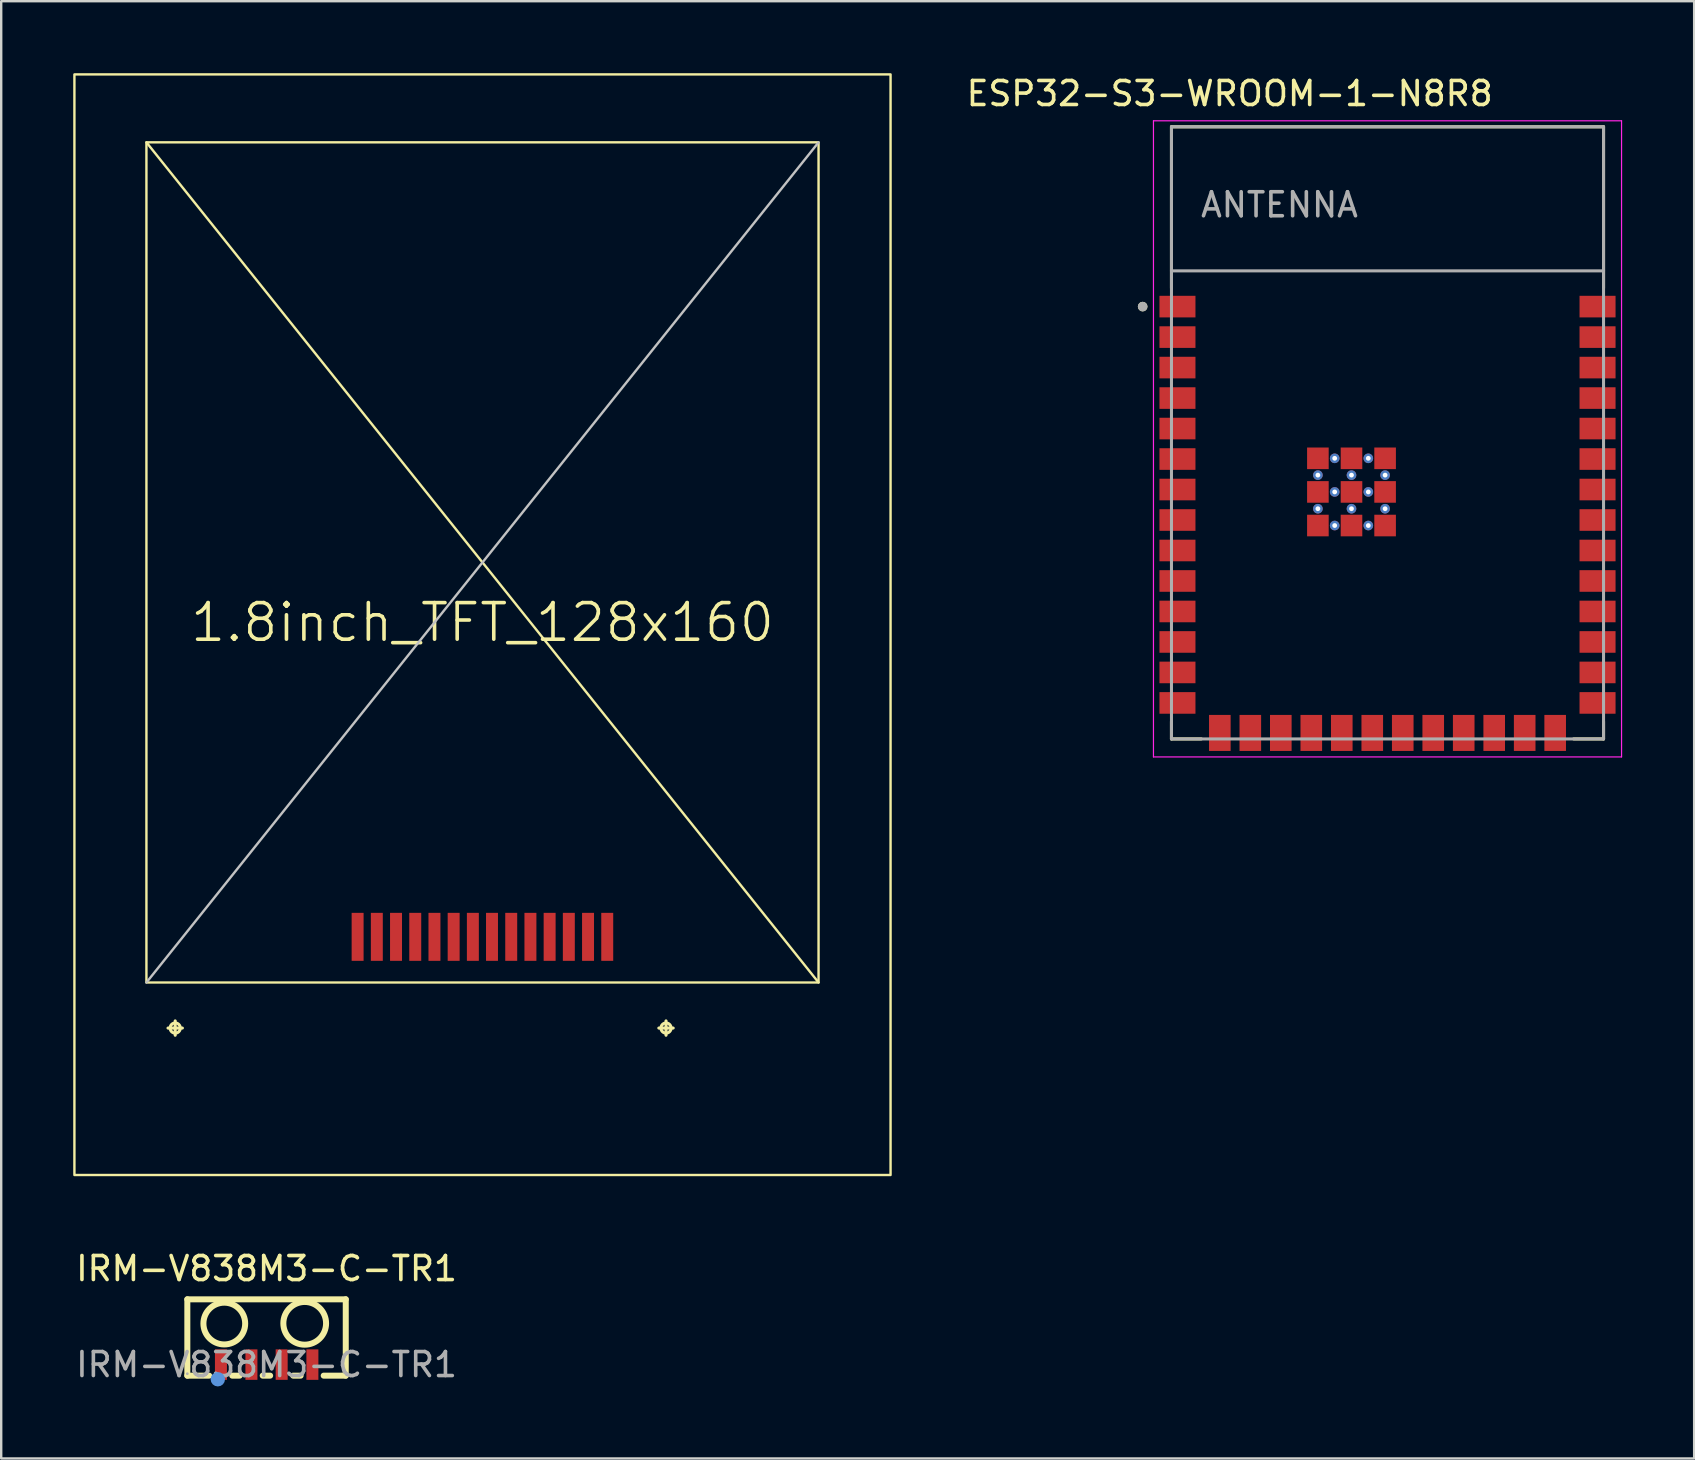
<source format=kicad_pcb>
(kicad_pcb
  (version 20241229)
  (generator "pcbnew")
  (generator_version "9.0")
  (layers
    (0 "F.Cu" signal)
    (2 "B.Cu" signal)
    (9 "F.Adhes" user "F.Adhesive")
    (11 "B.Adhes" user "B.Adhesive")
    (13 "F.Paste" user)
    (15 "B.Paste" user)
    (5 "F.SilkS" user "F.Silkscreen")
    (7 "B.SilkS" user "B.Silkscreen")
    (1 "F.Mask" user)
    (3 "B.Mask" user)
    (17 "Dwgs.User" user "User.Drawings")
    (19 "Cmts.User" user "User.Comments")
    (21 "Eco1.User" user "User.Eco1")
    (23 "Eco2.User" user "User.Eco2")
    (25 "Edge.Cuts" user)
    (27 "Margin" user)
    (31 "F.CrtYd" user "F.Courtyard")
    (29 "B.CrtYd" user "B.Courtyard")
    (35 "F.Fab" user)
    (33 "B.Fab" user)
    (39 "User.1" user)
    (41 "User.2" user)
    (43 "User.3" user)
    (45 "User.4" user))
  (footprint "IRM-V838M3-C-TR1"
    (layer "F.Cu")
    (at 8.054 53.798)
    (property "Reference" "IRM-V838M3-C-TR1" (at 0 -4 0) (layer "F.SilkS") (effects (font (size 1 1) (thickness 0.15))))
    (attr through_hole)
    (fp_line (start -3.3 -2.72) (end -3.3 0.46) (stroke (width 0.25) (type solid)) (layer "F.SilkS"))
    (fp_line (start -3.3 0.46) (end -2.39 0.46) (stroke (width 0.25) (type solid)) (layer "F.SilkS"))
    (fp_line (start -1.43 0.46) (end -1.12 0.46) (stroke (width 0.25) (type solid)) (layer "F.SilkS"))
    (fp_line (start -0.16 0.46) (end 0.15 0.46) (stroke (width 0.25) (type solid)) (layer "F.SilkS"))
    (fp_line (start 1.11 0.46) (end 1.42 0.46) (stroke (width 0.25) (type solid)) (layer "F.SilkS"))
    (fp_line (start 2.38 0.46) (end 3.3 0.46) (stroke (width 0.25) (type solid)) (layer "F.SilkS"))
    (fp_line (start 3.3 -2.72) (end -3.3 -2.72) (stroke (width 0.25) (type solid)) (layer "F.SilkS"))
    (fp_line (start 3.3 0.46) (end 3.3 -2.72) (stroke (width 0.25) (type solid)) (layer "F.SilkS"))
    (fp_circle (center -1.76 -1.71) (end -0.89 -1.71) (stroke (width 0.25) (type solid)) (fill no) (layer "F.SilkS"))
    (fp_circle (center 1.59 -1.72) (end 2.48 -1.72) (stroke (width 0.25) (type solid)) (fill no) (layer "F.SilkS"))
    (fp_circle (center -2.03 0.61) (end -1.88 0.61) (stroke (width 0.3) (type solid)) (fill no) (layer "Cmts.User"))
    (fp_circle (center -3.3 0.38) (end -3.27 0.38) (stroke (width 0.06) (type solid)) (fill no) (layer "F.Fab"))
    (fp_text user "${REFERENCE}" (at 0 0 0) (layer "F.Fab") (effects (font (size 1 1) (thickness 0.15))))
    (pad "1" smd rect (at -1.9 0) (size 0.5 1.27) (layers "F.Cu" "F.Mask" "F.Paste"))
    (pad "2" smd rect (at -0.63 0) (size 0.5 1.27) (layers "F.Cu" "F.Mask" "F.Paste"))
    (pad "3" smd rect (at 0.63 0) (size 0.5 1.27) (layers "F.Cu" "F.Mask" "F.Paste"))
    (pad "4" smd rect (at 1.91 0) (size 0.5 1.27) (layers "F.Cu" "F.Mask" "F.Paste")))
  (footprint "1.8inch_TFT_128x160"
    (layer "F.Cu")
    (at 17.05 20.38)
    (property "Reference" "1.8inch_TFT_128x160" (at -0.002 2.5 0) (layer "F.SilkS") (effects (font (size 1.524 1.524) (thickness 0.15))))
    (attr smd)
    (fp_line (start -13.101 19.398) (end -12.502 19.398) (stroke (width 0.127) (type solid)) (layer "F.SilkS"))
    (fp_line (start -12.801 19.698) (end -12.801 19.099) (stroke (width 0.127) (type solid)) (layer "F.SilkS"))
    (fp_line (start 7.346 19.398) (end 7.945 19.398) (stroke (width 0.127) (type solid)) (layer "F.SilkS"))
    (fp_line (start 7.646 19.698) (end 7.646 19.099) (stroke (width 0.127) (type solid)) (layer "F.SilkS"))
    (fp_line (start 14 17.5) (end -14 -17.5) (stroke (width 0.1) (type default)) (layer "F.SilkS"))
    (fp_rect (start -17 -20.33) (end 17 25.52) (stroke (width 0.1) (type default)) (fill no) (layer "F.SilkS"))
    (fp_rect (start -14 -17.5) (end 14 17.5) (stroke (width 0.1) (type default)) (fill no) (layer "F.SilkS"))
    (fp_circle (center -12.801 19.398) (end -12.951 19.548) (stroke (width 0.127) (type solid)) (fill no) (layer "F.SilkS"))
    (fp_circle (center 7.646 19.398) (end 7.795 19.548) (stroke (width 0.127) (type solid)) (fill no) (layer "F.SilkS"))
    (fp_line (start -14 17.5) (end 14 -17.5) (stroke (width 0.1) (type default)) (layer "Dwgs.User"))
    (pad "1" smd rect (at 5.197 15.598 90) (size 1.999 0.498) (layers "F.Cu" "F.Mask" "F.Paste"))
    (pad "2" smd rect (at 4.397 15.598 90) (size 1.999 0.498) (layers "F.Cu" "F.Mask" "F.Paste"))
    (pad "3" smd rect (at 3.597 15.598 90) (size 1.999 0.498) (layers "F.Cu" "F.Mask" "F.Paste"))
    (pad "4" smd rect (at 2.797 15.598 90) (size 1.999 0.498) (layers "F.Cu" "F.Mask" "F.Paste"))
    (pad "5" smd rect (at 1.997 15.598 90) (size 1.999 0.498) (layers "F.Cu" "F.Mask" "F.Paste"))
    (pad "6" smd rect (at 1.197 15.598 90) (size 1.999 0.498) (layers "F.Cu" "F.Mask" "F.Paste"))
    (pad "7" smd rect (at 0.396 15.598 90) (size 1.999 0.498) (layers "F.Cu" "F.Mask" "F.Paste"))
    (pad "8" smd rect (at -0.401 15.598 90) (size 1.999 0.498) (layers "F.Cu" "F.Mask" "F.Paste"))
    (pad "9" smd rect (at -1.201 15.598 90) (size 1.999 0.498) (layers "F.Cu" "F.Mask" "F.Paste"))
    (pad "10" smd rect (at -2.001 15.598 90) (size 1.999 0.498) (layers "F.Cu" "F.Mask" "F.Paste"))
    (pad "11" smd rect (at -2.801 15.598 90) (size 1.999 0.498) (layers "F.Cu" "F.Mask" "F.Paste"))
    (pad "12" smd rect (at -3.602 15.598 90) (size 1.999 0.498) (layers "F.Cu" "F.Mask" "F.Paste"))
    (pad "13" smd rect (at -4.402 15.598 90) (size 1.999 0.498) (layers "F.Cu" "F.Mask" "F.Paste"))
    (pad "14" smd rect (at -5.202 15.598 90) (size 1.999 0.498) (layers "F.Cu" "F.Mask" "F.Paste")))
  (footprint "ESP32-S3-WROOM-1-N8R8"
    (layer "F.Cu")
    (at 54.752 14.983)
    (property "Reference" "ESP32-S3-WROOM-1-N8R8" (at -6.575 -14.135 0) (layer "F.SilkS") (effects (font (size 1 1) (thickness 0.15))))
    (attr smd)
    (fp_line (start -9 -12.75) (end 9 -12.75) (stroke (width 0.127) (type solid)) (layer "F.SilkS"))
    (fp_line (start -9 -6.03) (end -9 -12.75) (stroke (width 0.127) (type solid)) (layer "F.SilkS"))
    (fp_line (start -9 12.02) (end -9 12.75) (stroke (width 0.127) (type solid)) (layer "F.SilkS"))
    (fp_line (start -9 12.75) (end -7.755 12.75) (stroke (width 0.127) (type solid)) (layer "F.SilkS"))
    (fp_line (start 9 -12.75) (end 9 -6.03) (stroke (width 0.127) (type solid)) (layer "F.SilkS"))
    (fp_line (start 9 12.02) (end 9 12.75) (stroke (width 0.127) (type solid)) (layer "F.SilkS"))
    (fp_line (start 9 12.75) (end 7.755 12.75) (stroke (width 0.127) (type solid)) (layer "F.SilkS"))
    (fp_circle (center -10.2 -5.26) (end -10.1 -5.26) (stroke (width 0.2) (type solid)) (fill no) (layer "F.SilkS"))
    (fp_line (start -9.75 -13) (end 9.75 -13) (stroke (width 0.05) (type solid)) (layer "F.CrtYd"))
    (fp_line (start -9.75 13.5) (end -9.75 -13) (stroke (width 0.05) (type solid)) (layer "F.CrtYd"))
    (fp_line (start -9.75 13.5) (end 9.75 13.5) (stroke (width 0.05) (type solid)) (layer "F.CrtYd"))
    (fp_line (start 9.75 -13) (end 9.75 13.5) (stroke (width 0.05) (type solid)) (layer "F.CrtYd"))
    (fp_line (start -9 -12.75) (end 9 -12.75) (stroke (width 0.127) (type solid)) (layer "F.Fab"))
    (fp_line (start -9 -6.75) (end -9 -12.75) (stroke (width 0.127) (type solid)) (layer "F.Fab"))
    (fp_line (start -9 -6.75) (end 9 -6.75) (stroke (width 0.127) (type solid)) (layer "F.Fab"))
    (fp_line (start -9 12.75) (end -9 -6.75) (stroke (width 0.127) (type solid)) (layer "F.Fab"))
    (fp_line (start 9 -12.75) (end 9 -6.75) (stroke (width 0.127) (type solid)) (layer "F.Fab"))
    (fp_line (start 9 -6.75) (end 9 12.75) (stroke (width 0.127) (type solid)) (layer "F.Fab"))
    (fp_line (start 9 12.75) (end -9 12.75) (stroke (width 0.127) (type solid)) (layer "F.Fab"))
    (fp_circle (center -10.2 -5.26) (end -10.1 -5.26) (stroke (width 0.2) (type solid)) (fill no) (layer "F.Fab"))
    (fp_text user "ANTENNA" (at -4.5 -9.5 0) (layer "F.Fab") (effects (font (size 1 1) (thickness 0.15))))
    (pad "1" smd rect (at -8.75 -5.26) (size 1.5 0.9) (layers "F.Cu" "F.Mask" "F.Paste"))
    (pad "2" smd rect (at -8.75 -3.99) (size 1.5 0.9) (layers "F.Cu" "F.Mask" "F.Paste"))
    (pad "3" smd rect (at -8.75 -2.72) (size 1.5 0.9) (layers "F.Cu" "F.Mask" "F.Paste"))
    (pad "4" smd rect (at -8.75 -1.45) (size 1.5 0.9) (layers "F.Cu" "F.Mask" "F.Paste"))
    (pad "5" smd rect (at -8.75 -0.18) (size 1.5 0.9) (layers "F.Cu" "F.Mask" "F.Paste"))
    (pad "6" smd rect (at -8.75 1.09) (size 1.5 0.9) (layers "F.Cu" "F.Mask" "F.Paste"))
    (pad "7" smd rect (at -8.75 2.36) (size 1.5 0.9) (layers "F.Cu" "F.Mask" "F.Paste"))
    (pad "8" smd rect (at -8.75 3.63) (size 1.5 0.9) (layers "F.Cu" "F.Mask" "F.Paste"))
    (pad "9" smd rect (at -8.75 4.9) (size 1.5 0.9) (layers "F.Cu" "F.Mask" "F.Paste"))
    (pad "10" smd rect (at -8.75 6.17) (size 1.5 0.9) (layers "F.Cu" "F.Mask" "F.Paste"))
    (pad "11" smd rect (at -8.75 7.44) (size 1.5 0.9) (layers "F.Cu" "F.Mask" "F.Paste"))
    (pad "12" smd rect (at -8.75 8.71) (size 1.5 0.9) (layers "F.Cu" "F.Mask" "F.Paste"))
    (pad "13" smd rect (at -8.75 9.98) (size 1.5 0.9) (layers "F.Cu" "F.Mask" "F.Paste"))
    (pad "14" smd rect (at -8.75 11.25) (size 1.5 0.9) (layers "F.Cu" "F.Mask" "F.Paste"))
    (pad "15" smd rect (at -6.985 12.5) (size 0.9 1.5) (layers "F.Cu" "F.Mask" "F.Paste"))
    (pad "16" smd rect (at -5.715 12.5) (size 0.9 1.5) (layers "F.Cu" "F.Mask" "F.Paste"))
    (pad "17" smd rect (at -4.445 12.5) (size 0.9 1.5) (layers "F.Cu" "F.Mask" "F.Paste"))
    (pad "18" smd rect (at -3.175 12.5) (size 0.9 1.5) (layers "F.Cu" "F.Mask" "F.Paste"))
    (pad "19" smd rect (at -1.905 12.5) (size 0.9 1.5) (layers "F.Cu" "F.Mask" "F.Paste"))
    (pad "20" smd rect (at -0.635 12.5) (size 0.9 1.5) (layers "F.Cu" "F.Mask" "F.Paste"))
    (pad "21" smd rect (at 0.635 12.5) (size 0.9 1.5) (layers "F.Cu" "F.Mask" "F.Paste"))
    (pad "22" smd rect (at 1.905 12.5) (size 0.9 1.5) (layers "F.Cu" "F.Mask" "F.Paste"))
    (pad "23" smd rect (at 3.175 12.5) (size 0.9 1.5) (layers "F.Cu" "F.Mask" "F.Paste"))
    (pad "24" smd rect (at 4.445 12.5) (size 0.9 1.5) (layers "F.Cu" "F.Mask" "F.Paste"))
    (pad "25" smd rect (at 5.715 12.5) (size 0.9 1.5) (layers "F.Cu" "F.Mask" "F.Paste"))
    (pad "26" smd rect (at 6.985 12.5) (size 0.9 1.5) (layers "F.Cu" "F.Mask" "F.Paste"))
    (pad "27" smd rect (at 8.75 11.25) (size 1.5 0.9) (layers "F.Cu" "F.Mask" "F.Paste"))
    (pad "28" smd rect (at 8.75 9.98) (size 1.5 0.9) (layers "F.Cu" "F.Mask" "F.Paste"))
    (pad "29" smd rect (at 8.75 8.71) (size 1.5 0.9) (layers "F.Cu" "F.Mask" "F.Paste"))
    (pad "30" smd rect (at 8.75 7.44) (size 1.5 0.9) (layers "F.Cu" "F.Mask" "F.Paste"))
    (pad "31" smd rect (at 8.75 6.17) (size 1.5 0.9) (layers "F.Cu" "F.Mask" "F.Paste"))
    (pad "32" smd rect (at 8.75 4.9) (size 1.5 0.9) (layers "F.Cu" "F.Mask" "F.Paste"))
    (pad "33" smd rect (at 8.75 3.63) (size 1.5 0.9) (layers "F.Cu" "F.Mask" "F.Paste"))
    (pad "34" smd rect (at 8.75 2.36) (size 1.5 0.9) (layers "F.Cu" "F.Mask" "F.Paste"))
    (pad "35" smd rect (at 8.75 1.09) (size 1.5 0.9) (layers "F.Cu" "F.Mask" "F.Paste"))
    (pad "36" smd rect (at 8.75 -0.18) (size 1.5 0.9) (layers "F.Cu" "F.Mask" "F.Paste"))
    (pad "37" smd rect (at 8.75 -1.45) (size 1.5 0.9) (layers "F.Cu" "F.Mask" "F.Paste"))
    (pad "38" smd rect (at 8.75 -2.72) (size 1.5 0.9) (layers "F.Cu" "F.Mask" "F.Paste"))
    (pad "39" smd rect (at 8.75 -3.99) (size 1.5 0.9) (layers "F.Cu" "F.Mask" "F.Paste"))
    (pad "40" smd rect (at 8.75 -5.26) (size 1.5 0.9) (layers "F.Cu" "F.Mask" "F.Paste"))
    (pad "41_1" smd rect (at -1.5 2.46) (size 0.9 0.9) (layers "F.Cu" "F.Mask" "F.Paste"))
    (pad "41_2" smd rect (at -2.9 2.46) (size 0.9 0.9) (layers "F.Cu" "F.Mask" "F.Paste"))
    (pad "41_3" smd rect (at -0.1 2.46) (size 0.9 0.9) (layers "F.Cu" "F.Mask" "F.Paste"))
    (pad "41_4" smd rect (at -2.9 3.86) (size 0.9 0.9) (layers "F.Cu" "F.Mask" "F.Paste"))
    (pad "41_5" smd rect (at -1.5 3.86) (size 0.9 0.9) (layers "F.Cu" "F.Mask" "F.Paste"))
    (pad "41_6" smd rect (at -0.1 3.86) (size 0.9 0.9) (layers "F.Cu" "F.Mask" "F.Paste"))
    (pad "41_7" smd rect (at -2.9 1.06) (size 0.9 0.9) (layers "F.Cu" "F.Mask" "F.Paste"))
    (pad "41_8" smd rect (at -1.5 1.06) (size 0.9 0.9) (layers "F.Cu" "F.Mask" "F.Paste"))
    (pad "41_9" thru_hole circle (at -2.9 1.76) (size 0.4 0.4) (drill 0.2) (layers "*.Cu"))
    (pad "41_9" thru_hole circle (at -2.9 3.16) (size 0.4 0.4) (drill 0.2) (layers "*.Cu"))
    (pad "41_9" thru_hole circle (at -2.2 1.06) (size 0.4 0.4) (drill 0.2) (layers "*.Cu"))
    (pad "41_9" thru_hole circle (at -2.2 2.46) (size 0.4 0.4) (drill 0.2) (layers "*.Cu"))
    (pad "41_9" thru_hole circle (at -2.2 3.86) (size 0.4 0.4) (drill 0.2) (layers "*.Cu"))
    (pad "41_9" thru_hole circle (at -1.5 1.76) (size 0.4 0.4) (drill 0.2) (layers "*.Cu"))
    (pad "41_9" thru_hole circle (at -1.5 3.16) (size 0.4 0.4) (drill 0.2) (layers "*.Cu"))
    (pad "41_9" thru_hole circle (at -0.8 1.06) (size 0.4 0.4) (drill 0.2) (layers "*.Cu"))
    (pad "41_9" thru_hole circle (at -0.8 2.46) (size 0.4 0.4) (drill 0.2) (layers "*.Cu"))
    (pad "41_9" thru_hole circle (at -0.8 3.86) (size 0.4 0.4) (drill 0.2) (layers "*.Cu"))
    (pad "41_9" smd rect (at -0.1 1.06) (size 0.9 0.9) (layers "F.Cu" "F.Mask" "F.Paste"))
    (pad "41_9" thru_hole circle (at -0.1 1.76) (size 0.4 0.4) (drill 0.2) (layers "*.Cu"))
    (pad "41_9" thru_hole circle (at -0.1 3.16) (size 0.4 0.4) (drill 0.2) (layers "*.Cu"))
    (zone (net_name "") (layer "F.Cu") (hatch full 0.508) (connect_pads) (min_thickness 0.01) (filled_areas_thickness no) (keepout (tracks not_allowed) (vias not_allowed) (pads not_allowed) (copperpour not_allowed) (footprints allowed)) (placement (enabled no)) (fill) (polygon (pts (xy 45.752 2.233) (xy 63.752 2.233) (xy 63.752 8.233) (xy 45.752 8.233))))
    (zone (net_name "") (layers "F.Cu" "B.Cu") (hatch full 0.508) (connect_pads) (min_thickness 0.01) (filled_areas_thickness no) (keepout (tracks allowed) (vias not_allowed) (pads allowed) (copperpour allowed) (footprints allowed)) (placement (enabled no)) (fill) (polygon (pts (xy 45.752 2.233) (xy 63.752 2.233) (xy 63.752 8.233) (xy 45.752 8.233))))
    (zone (net_name "") (layer "B.Cu") (hatch full 0.508) (connect_pads) (min_thickness 0.01) (filled_areas_thickness no) (keepout (tracks not_allowed) (vias not_allowed) (pads not_allowed) (copperpour not_allowed) (footprints allowed)) (placement (enabled no)) (fill) (polygon (pts (xy 45.752 2.233) (xy 63.752 2.233) (xy 63.752 8.233) (xy 45.752 8.233)))))
  (gr_rect
    (start -3 -3)
    (end 67.527 57.708)
    (stroke (width 0.1) (type default))
    (fill no)
    (layer "Edge.Cuts")))
</source>
